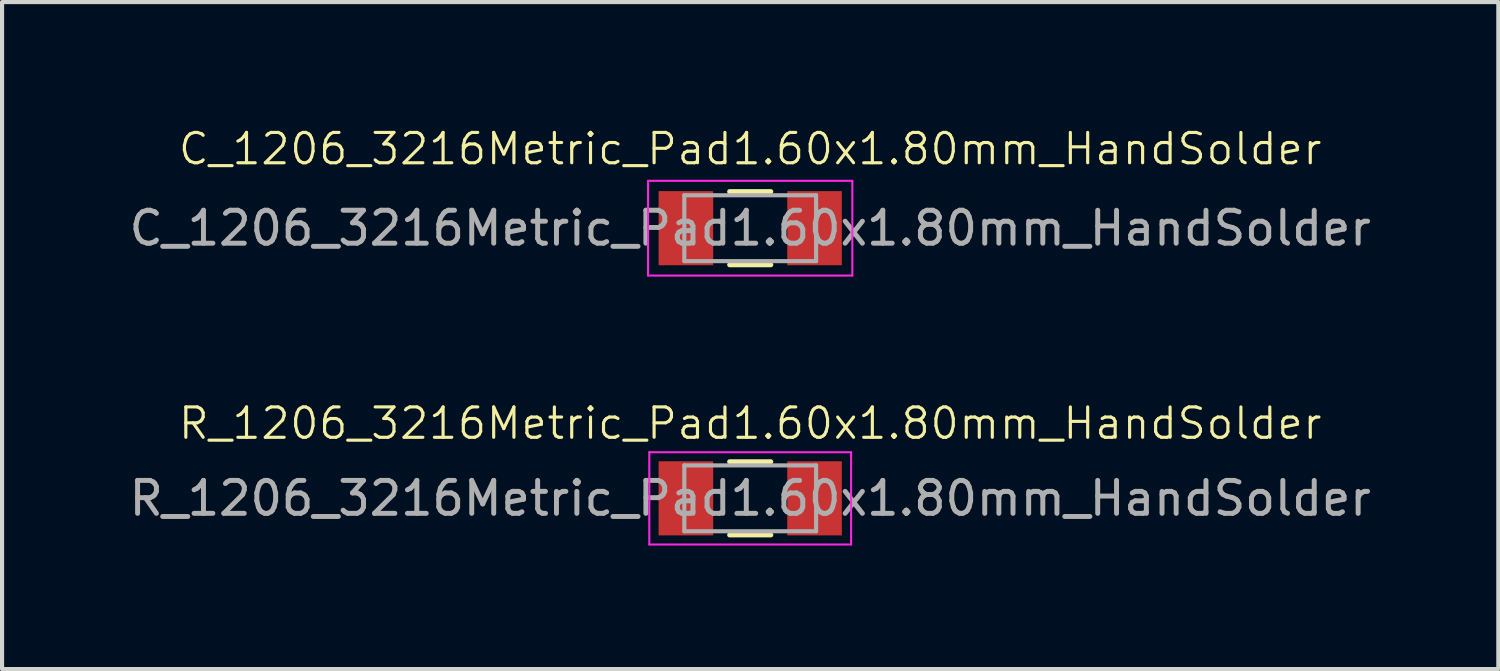
<source format=kicad_pcb>
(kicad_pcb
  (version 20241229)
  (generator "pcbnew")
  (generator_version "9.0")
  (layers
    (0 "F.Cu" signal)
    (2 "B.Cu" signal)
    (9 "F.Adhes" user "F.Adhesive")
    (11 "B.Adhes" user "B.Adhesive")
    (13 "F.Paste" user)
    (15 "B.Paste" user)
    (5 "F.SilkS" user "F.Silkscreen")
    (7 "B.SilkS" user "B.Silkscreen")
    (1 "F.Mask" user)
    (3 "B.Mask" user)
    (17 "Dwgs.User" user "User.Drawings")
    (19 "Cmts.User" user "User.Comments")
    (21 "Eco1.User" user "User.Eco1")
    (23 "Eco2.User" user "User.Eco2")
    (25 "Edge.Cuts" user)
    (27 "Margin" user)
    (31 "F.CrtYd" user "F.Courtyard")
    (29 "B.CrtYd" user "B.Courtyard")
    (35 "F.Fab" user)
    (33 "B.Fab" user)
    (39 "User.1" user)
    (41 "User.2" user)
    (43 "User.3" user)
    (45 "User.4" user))
  (footprint "R_1206_3216Metric_Pad1.60x1.80mm_HandSolder"
    (layer "F.Cu")
    (at 15.167 9.051)
    (property "Reference" "R_1206_3216Metric_Pad1.60x1.80mm_HandSolder" (at 0 -1.82 0) (layer "F.SilkS") (effects (font (size 0.737 0.737) (thickness 0.076))))
    (attr smd)
    (fp_line (start -0.5 -0.889) (end 0.5 -0.889) (stroke (width 0.12) (type solid)) (layer "F.SilkS"))
    (fp_line (start -0.5 0.889) (end 0.5 0.889) (stroke (width 0.12) (type solid)) (layer "F.SilkS"))
    (fp_line (start -2.45 -1.12) (end 2.45 -1.12) (stroke (width 0.05) (type solid)) (layer "F.CrtYd"))
    (fp_line (start -2.45 1.12) (end -2.45 -1.12) (stroke (width 0.05) (type solid)) (layer "F.CrtYd"))
    (fp_line (start 2.45 -1.12) (end 2.45 1.12) (stroke (width 0.05) (type solid)) (layer "F.CrtYd"))
    (fp_line (start 2.45 1.12) (end -2.45 1.12) (stroke (width 0.05) (type solid)) (layer "F.CrtYd"))
    (fp_line (start -1.6 -0.8) (end 1.6 -0.8) (stroke (width 0.1) (type solid)) (layer "F.Fab"))
    (fp_line (start -1.6 0.8) (end -1.6 -0.8) (stroke (width 0.1) (type solid)) (layer "F.Fab"))
    (fp_line (start 1.6 -0.8) (end 1.6 0.8) (stroke (width 0.1) (type solid)) (layer "F.Fab"))
    (fp_line (start 1.6 0.8) (end -1.6 0.8) (stroke (width 0.1) (type solid)) (layer "F.Fab"))
    (fp_text user "${REFERENCE}" (at 0 0 0) (layer "F.Fab") (effects (font (size 0.8 0.8) (thickness 0.12))))
    (pad "1" smd rect (at -1.562 0) (size 1.325 1.8) (layers "F.Cu" "F.Mask" "F.Paste"))
    (pad "2" smd rect (at 1.562 0) (size 1.325 1.8) (layers "F.Cu" "F.Mask" "F.Paste")))
  (footprint "C_1206_3216Metric_Pad1.60x1.80mm_HandSolder"
    (layer "F.Cu")
    (at 15.167 2.491)
    (property "Reference" "C_1206_3216Metric_Pad1.60x1.80mm_HandSolder" (at 0 -1.926 0) (layer "F.SilkS") (effects (font (size 0.737 0.737) (thickness 0.076))))
    (attr smd)
    (fp_line (start -0.5 -0.889) (end 0.5 -0.889) (stroke (width 0.12) (type solid)) (layer "F.SilkS"))
    (fp_line (start -0.5 0.889) (end 0.5 0.889) (stroke (width 0.12) (type solid)) (layer "F.SilkS"))
    (fp_line (start -2.48 -1.15) (end 2.48 -1.15) (stroke (width 0.05) (type solid)) (layer "F.CrtYd"))
    (fp_line (start -2.48 1.15) (end -2.48 -1.15) (stroke (width 0.05) (type solid)) (layer "F.CrtYd"))
    (fp_line (start 2.48 -1.15) (end 2.48 1.15) (stroke (width 0.05) (type solid)) (layer "F.CrtYd"))
    (fp_line (start 2.48 1.15) (end -2.48 1.15) (stroke (width 0.05) (type solid)) (layer "F.CrtYd"))
    (fp_line (start -1.6 -0.8) (end 1.6 -0.8) (stroke (width 0.1) (type solid)) (layer "F.Fab"))
    (fp_line (start -1.6 0.8) (end -1.6 -0.8) (stroke (width 0.1) (type solid)) (layer "F.Fab"))
    (fp_line (start 1.6 -0.8) (end 1.6 0.8) (stroke (width 0.1) (type solid)) (layer "F.Fab"))
    (fp_line (start 1.6 0.8) (end -1.6 0.8) (stroke (width 0.1) (type solid)) (layer "F.Fab"))
    (fp_text user "${REFERENCE}" (at 0 0 0) (layer "F.Fab") (effects (font (size 0.8 0.8) (thickness 0.12))))
    (pad "1" smd rect (at -1.562 0) (size 1.325 1.8) (layers "F.Cu" "F.Mask" "F.Paste"))
    (pad "2" smd rect (at 1.562 0) (size 1.325 1.8) (layers "F.Cu" "F.Mask" "F.Paste")))
  (gr_rect
    (start -3 -3)
    (end 33.333 13.196)
    (stroke (width 0.1) (type default))
    (fill no)
    (layer "Edge.Cuts")))
</source>
